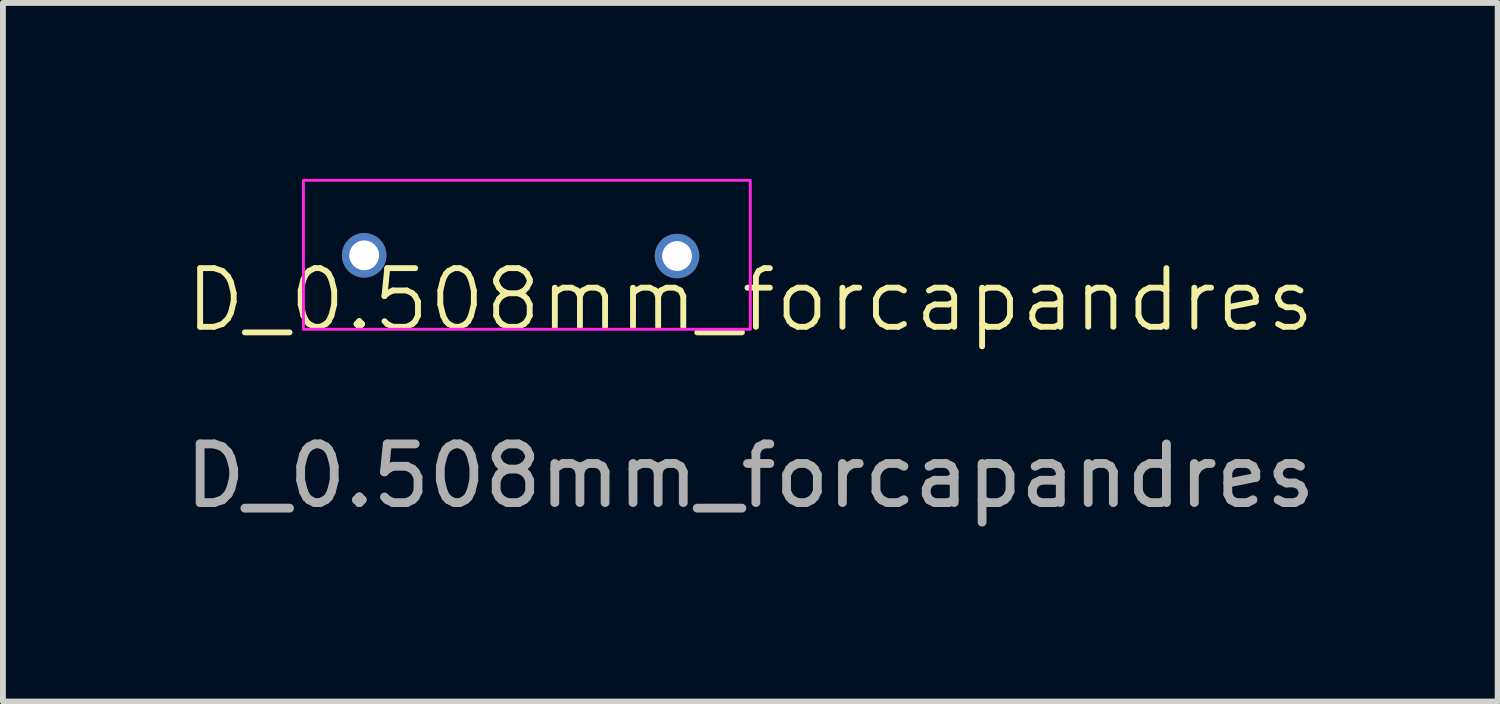
<source format=kicad_pcb>
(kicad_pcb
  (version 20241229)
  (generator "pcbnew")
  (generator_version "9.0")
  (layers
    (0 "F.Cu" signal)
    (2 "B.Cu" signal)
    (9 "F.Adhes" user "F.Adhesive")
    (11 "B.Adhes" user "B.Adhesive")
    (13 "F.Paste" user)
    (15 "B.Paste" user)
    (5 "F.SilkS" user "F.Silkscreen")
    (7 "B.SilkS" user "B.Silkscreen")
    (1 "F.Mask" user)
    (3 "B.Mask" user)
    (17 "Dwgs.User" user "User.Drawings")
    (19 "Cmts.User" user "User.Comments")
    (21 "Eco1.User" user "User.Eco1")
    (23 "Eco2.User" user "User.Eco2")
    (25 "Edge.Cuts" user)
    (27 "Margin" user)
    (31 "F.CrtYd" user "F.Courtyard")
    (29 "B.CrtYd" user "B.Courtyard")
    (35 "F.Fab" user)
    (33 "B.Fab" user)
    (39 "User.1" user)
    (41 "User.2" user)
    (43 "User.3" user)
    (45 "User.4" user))
  (footprint "D_0.508mm_forcapandres"
    (layer "F.Cu")
    (at 9.744 2.565)
    (property "Reference" "D_0.508mm_forcapandres" (at 0 -0.5 0) (unlocked yes) (layer "F.SilkS") (effects (font (size 1 1) (thickness 0.1))))
    (attr through_hole)
    (fp_rect (start -7.62 -2.54) (end 0 0) (stroke (width 0.05) (type default)) (fill no) (layer "F.CrtYd"))
    (fp_text user "${REFERENCE}" (at 0 2.5 0) (unlocked yes) (layer "F.Fab") (effects (font (size 1 1) (thickness 0.15))))
    (pad "1" thru_hole circle (at -6.584 -1.261) (size 0.758 0.758) (drill 0.508) (layers "*.Cu" "*.Mask"))
    (pad "2" thru_hole circle (at -1.249 -1.249) (size 0.758 0.758) (drill 0.508) (layers "*.Cu" "*.Mask")))
  (gr_rect
    (start -3 -3)
    (end 22.488 8.913)
    (stroke (width 0.1) (type default))
    (fill no)
    (layer "Edge.Cuts")))
</source>
